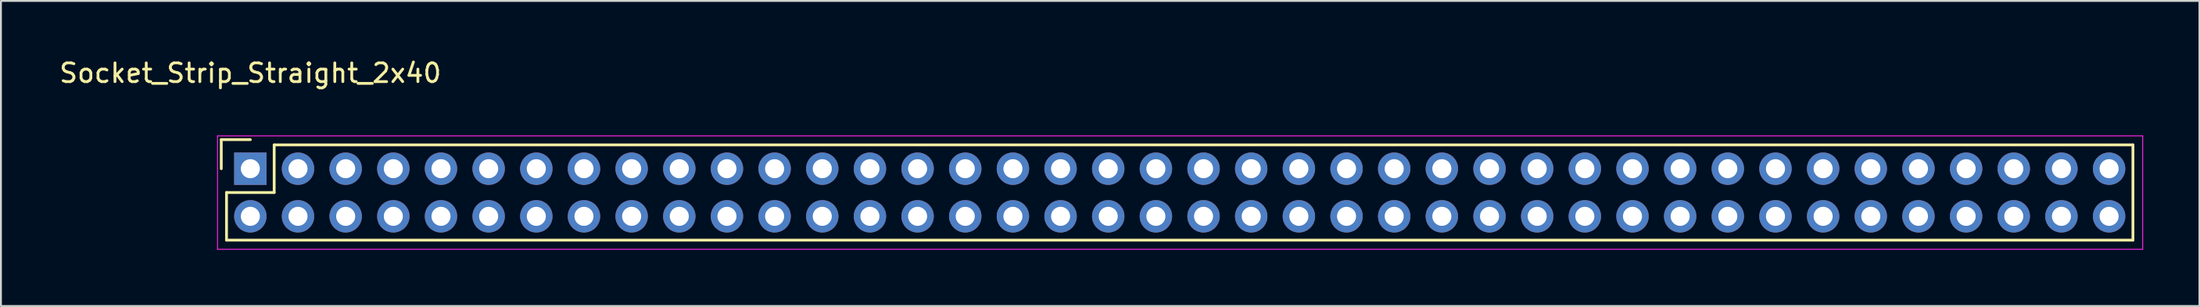
<source format=kicad_pcb>
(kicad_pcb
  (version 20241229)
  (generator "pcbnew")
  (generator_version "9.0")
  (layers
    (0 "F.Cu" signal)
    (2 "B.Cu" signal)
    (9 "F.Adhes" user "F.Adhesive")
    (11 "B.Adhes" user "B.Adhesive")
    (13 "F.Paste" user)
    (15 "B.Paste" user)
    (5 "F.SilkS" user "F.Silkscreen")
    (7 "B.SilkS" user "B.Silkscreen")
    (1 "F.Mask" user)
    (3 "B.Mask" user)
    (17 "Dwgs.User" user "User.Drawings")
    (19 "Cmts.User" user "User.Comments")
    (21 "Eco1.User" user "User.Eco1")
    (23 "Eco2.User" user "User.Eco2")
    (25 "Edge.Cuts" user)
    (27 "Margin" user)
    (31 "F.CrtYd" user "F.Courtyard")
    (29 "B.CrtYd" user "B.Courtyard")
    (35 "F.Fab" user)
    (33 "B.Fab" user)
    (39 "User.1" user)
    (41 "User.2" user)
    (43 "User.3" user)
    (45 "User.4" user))
  (footprint "Socket_Strip_Straight_2x40"
    (layer "F.Cu")
    (at 10.292 5.948)
    (property "Reference" "Socket_Strip_Straight_2x40" (at 0 -5.1 0) (layer "F.SilkS") (effects (font (size 1 1) (thickness 0.15))))
    (attr through_hole)
    (fp_line (start -1.55 -1.55) (end -1.55 0) (stroke (width 0.15) (type solid)) (layer "F.SilkS"))
    (fp_line (start -1.27 1.27) (end 1.27 1.27) (stroke (width 0.15) (type solid)) (layer "F.SilkS"))
    (fp_line (start -1.27 3.81) (end -1.27 1.27) (stroke (width 0.15) (type solid)) (layer "F.SilkS"))
    (fp_line (start -1.27 3.81) (end 100.33 3.81) (stroke (width 0.15) (type solid)) (layer "F.SilkS"))
    (fp_line (start 0 -1.55) (end -1.55 -1.55) (stroke (width 0.15) (type solid)) (layer "F.SilkS"))
    (fp_line (start 1.27 1.27) (end 1.27 -1.27) (stroke (width 0.15) (type solid)) (layer "F.SilkS"))
    (fp_line (start 100.33 -1.27) (end 1.27 -1.27) (stroke (width 0.15) (type solid)) (layer "F.SilkS"))
    (fp_line (start 100.33 3.81) (end 100.33 -1.27) (stroke (width 0.15) (type solid)) (layer "F.SilkS"))
    (fp_line (start -1.75 -1.75) (end -1.75 4.3) (stroke (width 0.05) (type solid)) (layer "F.CrtYd"))
    (fp_line (start -1.75 -1.75) (end 100.85 -1.75) (stroke (width 0.05) (type solid)) (layer "F.CrtYd"))
    (fp_line (start -1.75 4.3) (end 100.85 4.3) (stroke (width 0.05) (type solid)) (layer "F.CrtYd"))
    (fp_line (start 100.85 -1.75) (end 100.85 4.3) (stroke (width 0.05) (type solid)) (layer "F.CrtYd"))
    (pad "1" thru_hole rect (at 0 0) (size 1.727 1.727) (drill 1.016) (layers "*.Cu" "*.Mask"))
    (pad "2" thru_hole oval (at 0 2.54) (size 1.727 1.727) (drill 1.016) (layers "*.Cu" "*.Mask"))
    (pad "3" thru_hole oval (at 2.54 0) (size 1.727 1.727) (drill 1.016) (layers "*.Cu" "*.Mask"))
    (pad "4" thru_hole oval (at 2.54 2.54) (size 1.727 1.727) (drill 1.016) (layers "*.Cu" "*.Mask"))
    (pad "5" thru_hole oval (at 5.08 0) (size 1.727 1.727) (drill 1.016) (layers "*.Cu" "*.Mask"))
    (pad "6" thru_hole oval (at 5.08 2.54) (size 1.727 1.727) (drill 1.016) (layers "*.Cu" "*.Mask"))
    (pad "7" thru_hole oval (at 7.62 0) (size 1.727 1.727) (drill 1.016) (layers "*.Cu" "*.Mask"))
    (pad "8" thru_hole oval (at 7.62 2.54) (size 1.727 1.727) (drill 1.016) (layers "*.Cu" "*.Mask"))
    (pad "9" thru_hole oval (at 10.16 0) (size 1.727 1.727) (drill 1.016) (layers "*.Cu" "*.Mask"))
    (pad "10" thru_hole oval (at 10.16 2.54) (size 1.727 1.727) (drill 1.016) (layers "*.Cu" "*.Mask"))
    (pad "11" thru_hole oval (at 12.7 0) (size 1.727 1.727) (drill 1.016) (layers "*.Cu" "*.Mask"))
    (pad "12" thru_hole oval (at 12.7 2.54) (size 1.727 1.727) (drill 1.016) (layers "*.Cu" "*.Mask"))
    (pad "13" thru_hole oval (at 15.24 0) (size 1.727 1.727) (drill 1.016) (layers "*.Cu" "*.Mask"))
    (pad "14" thru_hole oval (at 15.24 2.54) (size 1.727 1.727) (drill 1.016) (layers "*.Cu" "*.Mask"))
    (pad "15" thru_hole oval (at 17.78 0) (size 1.727 1.727) (drill 1.016) (layers "*.Cu" "*.Mask"))
    (pad "16" thru_hole oval (at 17.78 2.54) (size 1.727 1.727) (drill 1.016) (layers "*.Cu" "*.Mask"))
    (pad "17" thru_hole oval (at 20.32 0) (size 1.727 1.727) (drill 1.016) (layers "*.Cu" "*.Mask"))
    (pad "18" thru_hole oval (at 20.32 2.54) (size 1.727 1.727) (drill 1.016) (layers "*.Cu" "*.Mask"))
    (pad "19" thru_hole oval (at 22.86 0) (size 1.727 1.727) (drill 1.016) (layers "*.Cu" "*.Mask"))
    (pad "20" thru_hole oval (at 22.86 2.54) (size 1.727 1.727) (drill 1.016) (layers "*.Cu" "*.Mask"))
    (pad "21" thru_hole oval (at 25.4 0) (size 1.727 1.727) (drill 1.016) (layers "*.Cu" "*.Mask"))
    (pad "22" thru_hole oval (at 25.4 2.54) (size 1.727 1.727) (drill 1.016) (layers "*.Cu" "*.Mask"))
    (pad "23" thru_hole oval (at 27.94 0) (size 1.727 1.727) (drill 1.016) (layers "*.Cu" "*.Mask"))
    (pad "24" thru_hole oval (at 27.94 2.54) (size 1.727 1.727) (drill 1.016) (layers "*.Cu" "*.Mask"))
    (pad "25" thru_hole oval (at 30.48 0) (size 1.727 1.727) (drill 1.016) (layers "*.Cu" "*.Mask"))
    (pad "26" thru_hole oval (at 30.48 2.54) (size 1.727 1.727) (drill 1.016) (layers "*.Cu" "*.Mask"))
    (pad "27" thru_hole oval (at 33.02 0) (size 1.727 1.727) (drill 1.016) (layers "*.Cu" "*.Mask"))
    (pad "28" thru_hole oval (at 33.02 2.54) (size 1.727 1.727) (drill 1.016) (layers "*.Cu" "*.Mask"))
    (pad "29" thru_hole oval (at 35.56 0) (size 1.727 1.727) (drill 1.016) (layers "*.Cu" "*.Mask"))
    (pad "30" thru_hole oval (at 35.56 2.54) (size 1.727 1.727) (drill 1.016) (layers "*.Cu" "*.Mask"))
    (pad "31" thru_hole oval (at 38.1 0) (size 1.727 1.727) (drill 1.016) (layers "*.Cu" "*.Mask"))
    (pad "32" thru_hole oval (at 38.1 2.54) (size 1.727 1.727) (drill 1.016) (layers "*.Cu" "*.Mask"))
    (pad "33" thru_hole oval (at 40.64 0) (size 1.727 1.727) (drill 1.016) (layers "*.Cu" "*.Mask"))
    (pad "34" thru_hole oval (at 40.64 2.54) (size 1.727 1.727) (drill 1.016) (layers "*.Cu" "*.Mask"))
    (pad "35" thru_hole oval (at 43.18 0) (size 1.727 1.727) (drill 1.016) (layers "*.Cu" "*.Mask"))
    (pad "36" thru_hole oval (at 43.18 2.54) (size 1.727 1.727) (drill 1.016) (layers "*.Cu" "*.Mask"))
    (pad "37" thru_hole oval (at 45.72 0) (size 1.727 1.727) (drill 1.016) (layers "*.Cu" "*.Mask"))
    (pad "38" thru_hole oval (at 45.72 2.54) (size 1.727 1.727) (drill 1.016) (layers "*.Cu" "*.Mask"))
    (pad "39" thru_hole oval (at 48.26 0) (size 1.727 1.727) (drill 1.016) (layers "*.Cu" "*.Mask"))
    (pad "40" thru_hole oval (at 48.26 2.54) (size 1.727 1.727) (drill 1.016) (layers "*.Cu" "*.Mask"))
    (pad "41" thru_hole oval (at 50.8 0) (size 1.727 1.727) (drill 1.016) (layers "*.Cu" "*.Mask"))
    (pad "42" thru_hole oval (at 50.8 2.54) (size 1.727 1.727) (drill 1.016) (layers "*.Cu" "*.Mask"))
    (pad "43" thru_hole oval (at 53.34 0) (size 1.727 1.727) (drill 1.016) (layers "*.Cu" "*.Mask"))
    (pad "44" thru_hole oval (at 53.34 2.54) (size 1.727 1.727) (drill 1.016) (layers "*.Cu" "*.Mask"))
    (pad "45" thru_hole oval (at 55.88 0) (size 1.727 1.727) (drill 1.016) (layers "*.Cu" "*.Mask"))
    (pad "46" thru_hole oval (at 55.88 2.54) (size 1.727 1.727) (drill 1.016) (layers "*.Cu" "*.Mask"))
    (pad "47" thru_hole oval (at 58.42 0) (size 1.727 1.727) (drill 1.016) (layers "*.Cu" "*.Mask"))
    (pad "48" thru_hole oval (at 58.42 2.54) (size 1.727 1.727) (drill 1.016) (layers "*.Cu" "*.Mask"))
    (pad "49" thru_hole oval (at 60.96 0) (size 1.727 1.727) (drill 1.016) (layers "*.Cu" "*.Mask"))
    (pad "50" thru_hole oval (at 60.96 2.54) (size 1.727 1.727) (drill 1.016) (layers "*.Cu" "*.Mask"))
    (pad "51" thru_hole oval (at 63.5 0) (size 1.727 1.727) (drill 1.016) (layers "*.Cu" "*.Mask"))
    (pad "52" thru_hole oval (at 63.5 2.54) (size 1.727 1.727) (drill 1.016) (layers "*.Cu" "*.Mask"))
    (pad "53" thru_hole oval (at 66.04 0) (size 1.727 1.727) (drill 1.016) (layers "*.Cu" "*.Mask"))
    (pad "54" thru_hole oval (at 66.04 2.54) (size 1.727 1.727) (drill 1.016) (layers "*.Cu" "*.Mask"))
    (pad "55" thru_hole oval (at 68.58 0) (size 1.727 1.727) (drill 1.016) (layers "*.Cu" "*.Mask"))
    (pad "56" thru_hole oval (at 68.58 2.54) (size 1.727 1.727) (drill 1.016) (layers "*.Cu" "*.Mask"))
    (pad "57" thru_hole oval (at 71.12 0) (size 1.727 1.727) (drill 1.016) (layers "*.Cu" "*.Mask"))
    (pad "58" thru_hole oval (at 71.12 2.54) (size 1.727 1.727) (drill 1.016) (layers "*.Cu" "*.Mask"))
    (pad "59" thru_hole oval (at 73.66 0) (size 1.727 1.727) (drill 1.016) (layers "*.Cu" "*.Mask"))
    (pad "60" thru_hole oval (at 73.66 2.54) (size 1.727 1.727) (drill 1.016) (layers "*.Cu" "*.Mask"))
    (pad "61" thru_hole oval (at 76.2 0) (size 1.727 1.727) (drill 1.016) (layers "*.Cu" "*.Mask"))
    (pad "62" thru_hole oval (at 76.2 2.54) (size 1.727 1.727) (drill 1.016) (layers "*.Cu" "*.Mask"))
    (pad "63" thru_hole oval (at 78.74 0) (size 1.727 1.727) (drill 1.016) (layers "*.Cu" "*.Mask"))
    (pad "64" thru_hole oval (at 78.74 2.54) (size 1.727 1.727) (drill 1.016) (layers "*.Cu" "*.Mask"))
    (pad "65" thru_hole oval (at 81.28 0) (size 1.727 1.727) (drill 1.016) (layers "*.Cu" "*.Mask"))
    (pad "66" thru_hole oval (at 81.28 2.54) (size 1.727 1.727) (drill 1.016) (layers "*.Cu" "*.Mask"))
    (pad "67" thru_hole oval (at 83.82 0) (size 1.727 1.727) (drill 1.016) (layers "*.Cu" "*.Mask"))
    (pad "68" thru_hole oval (at 83.82 2.54) (size 1.727 1.727) (drill 1.016) (layers "*.Cu" "*.Mask"))
    (pad "69" thru_hole oval (at 86.36 0) (size 1.727 1.727) (drill 1.016) (layers "*.Cu" "*.Mask"))
    (pad "70" thru_hole oval (at 86.36 2.54) (size 1.727 1.727) (drill 1.016) (layers "*.Cu" "*.Mask"))
    (pad "71" thru_hole oval (at 88.9 0) (size 1.727 1.727) (drill 1.016) (layers "*.Cu" "*.Mask"))
    (pad "72" thru_hole oval (at 88.9 2.54) (size 1.727 1.727) (drill 1.016) (layers "*.Cu" "*.Mask"))
    (pad "73" thru_hole oval (at 91.44 0) (size 1.727 1.727) (drill 1.016) (layers "*.Cu" "*.Mask"))
    (pad "74" thru_hole oval (at 91.44 2.54) (size 1.727 1.727) (drill 1.016) (layers "*.Cu" "*.Mask"))
    (pad "75" thru_hole oval (at 93.98 0) (size 1.727 1.727) (drill 1.016) (layers "*.Cu" "*.Mask"))
    (pad "76" thru_hole oval (at 93.98 2.54) (size 1.727 1.727) (drill 1.016) (layers "*.Cu" "*.Mask"))
    (pad "77" thru_hole oval (at 96.52 0) (size 1.727 1.727) (drill 1.016) (layers "*.Cu" "*.Mask"))
    (pad "78" thru_hole oval (at 96.52 2.54) (size 1.727 1.727) (drill 1.016) (layers "*.Cu" "*.Mask"))
    (pad "79" thru_hole oval (at 99.06 0) (size 1.727 1.727) (drill 1.016) (layers "*.Cu" "*.Mask"))
    (pad "80" thru_hole oval (at 99.06 2.54) (size 1.727 1.727) (drill 1.016) (layers "*.Cu" "*.Mask")))
  (gr_rect
    (start -3 -3)
    (end 114.167 13.273)
    (stroke (width 0.1) (type default))
    (fill no)
    (layer "Edge.Cuts")))
</source>
